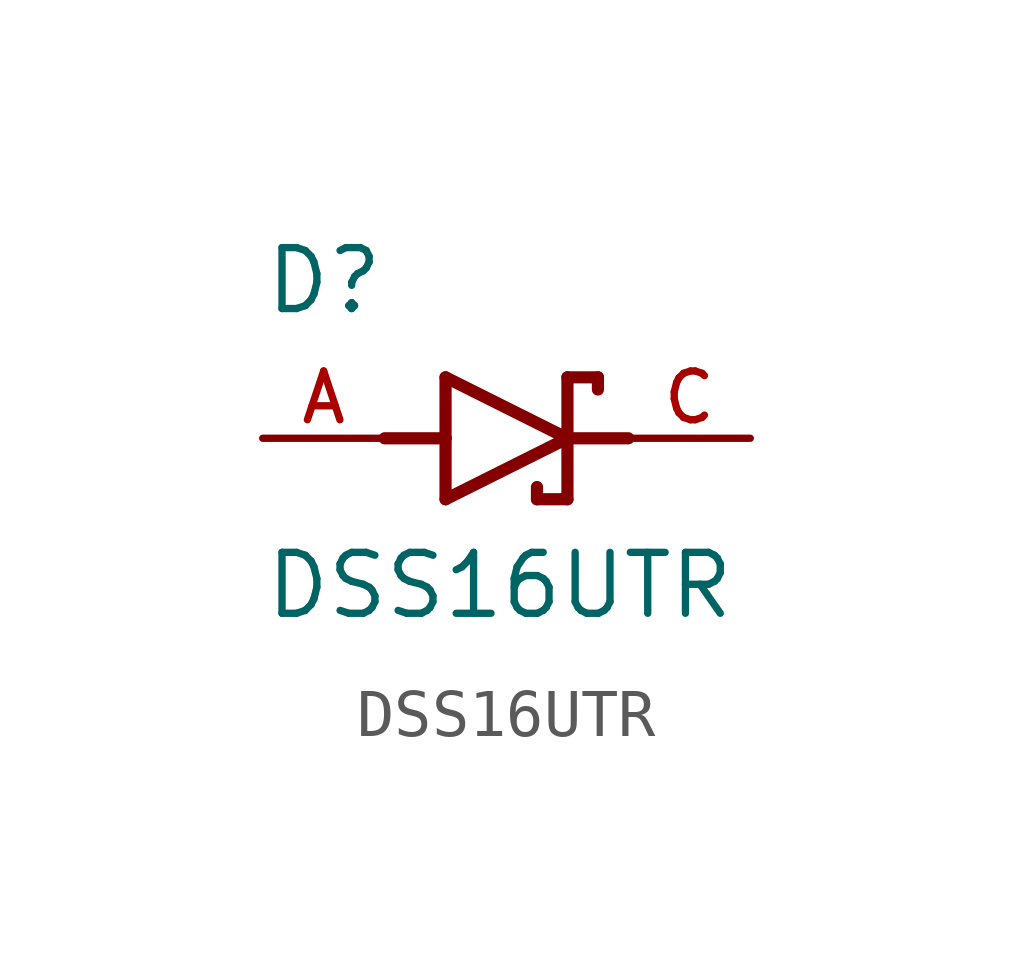
<source format=kicad_sym>
(kicad_symbol_lib
  (version 20211014)
  (generator kicad_symbol_editor)
  (symbol "DSS16UTR"
    (pin_names
      (offset 1.016))
    (property "Reference" "D"
      (at -5.08 2.54 0)
      (effects (font (size 1.27 1.27)) (justify bottom left)))
    (property "Value" "DSS16UTR"
      (at -5.08 -3.81 0)
      (effects (font (size 1.27 1.27)) (justify bottom left)))
    (symbol "DSS16UTR_0_0"
      (polyline (pts (xy -1.27 -1.27) (xy 1.27 0.0)) (stroke (width 0.254)))
      (polyline (pts (xy 1.27 0.0) (xy -1.27 1.27)) (stroke (width 0.254)))
      (polyline (pts (xy 1.905 1.27) (xy 1.27 1.27)) (stroke (width 0.254)))
      (polyline (pts (xy 1.27 1.27) (xy 1.27 0.0)) (stroke (width 0.254)))
      (polyline (pts (xy -1.27 1.27) (xy -1.27 0.0)) (stroke (width 0.254)))
      (polyline (pts (xy -1.27 0.0) (xy -1.27 -1.27)) (stroke (width 0.254)))
      (polyline (pts (xy 1.27 0.0) (xy 1.27 -1.27)) (stroke (width 0.254)))
      (polyline (pts (xy 1.905 1.27) (xy 1.905 1.016)) (stroke (width 0.254)))
      (polyline (pts (xy 1.27 -1.27) (xy 0.635 -1.27)) (stroke (width 0.254)))
      (polyline (pts (xy 0.635 -1.016) (xy 0.635 -1.27)) (stroke (width 0.254)))
      (polyline (pts (xy -2.54 0.0) (xy -1.27 0.0)) (stroke (width 0.254)))
      (polyline (pts (xy 2.54 0.0) (xy 1.27 0.0)) (stroke (width 0.254)))
      (pin passive line (at 5.08 0.0 180.0) (length 2.54) (name "~" (effects (font (size 1.016 1.016)))) (number "C" (effects (font (size 1.016 1.016)))))
      (pin passive line (at -5.08 0.0 0) (length 2.54) (name "~" (effects (font (size 1.016 1.016)))) (number "A" (effects (font (size 1.016 1.016))))))))
</source>
